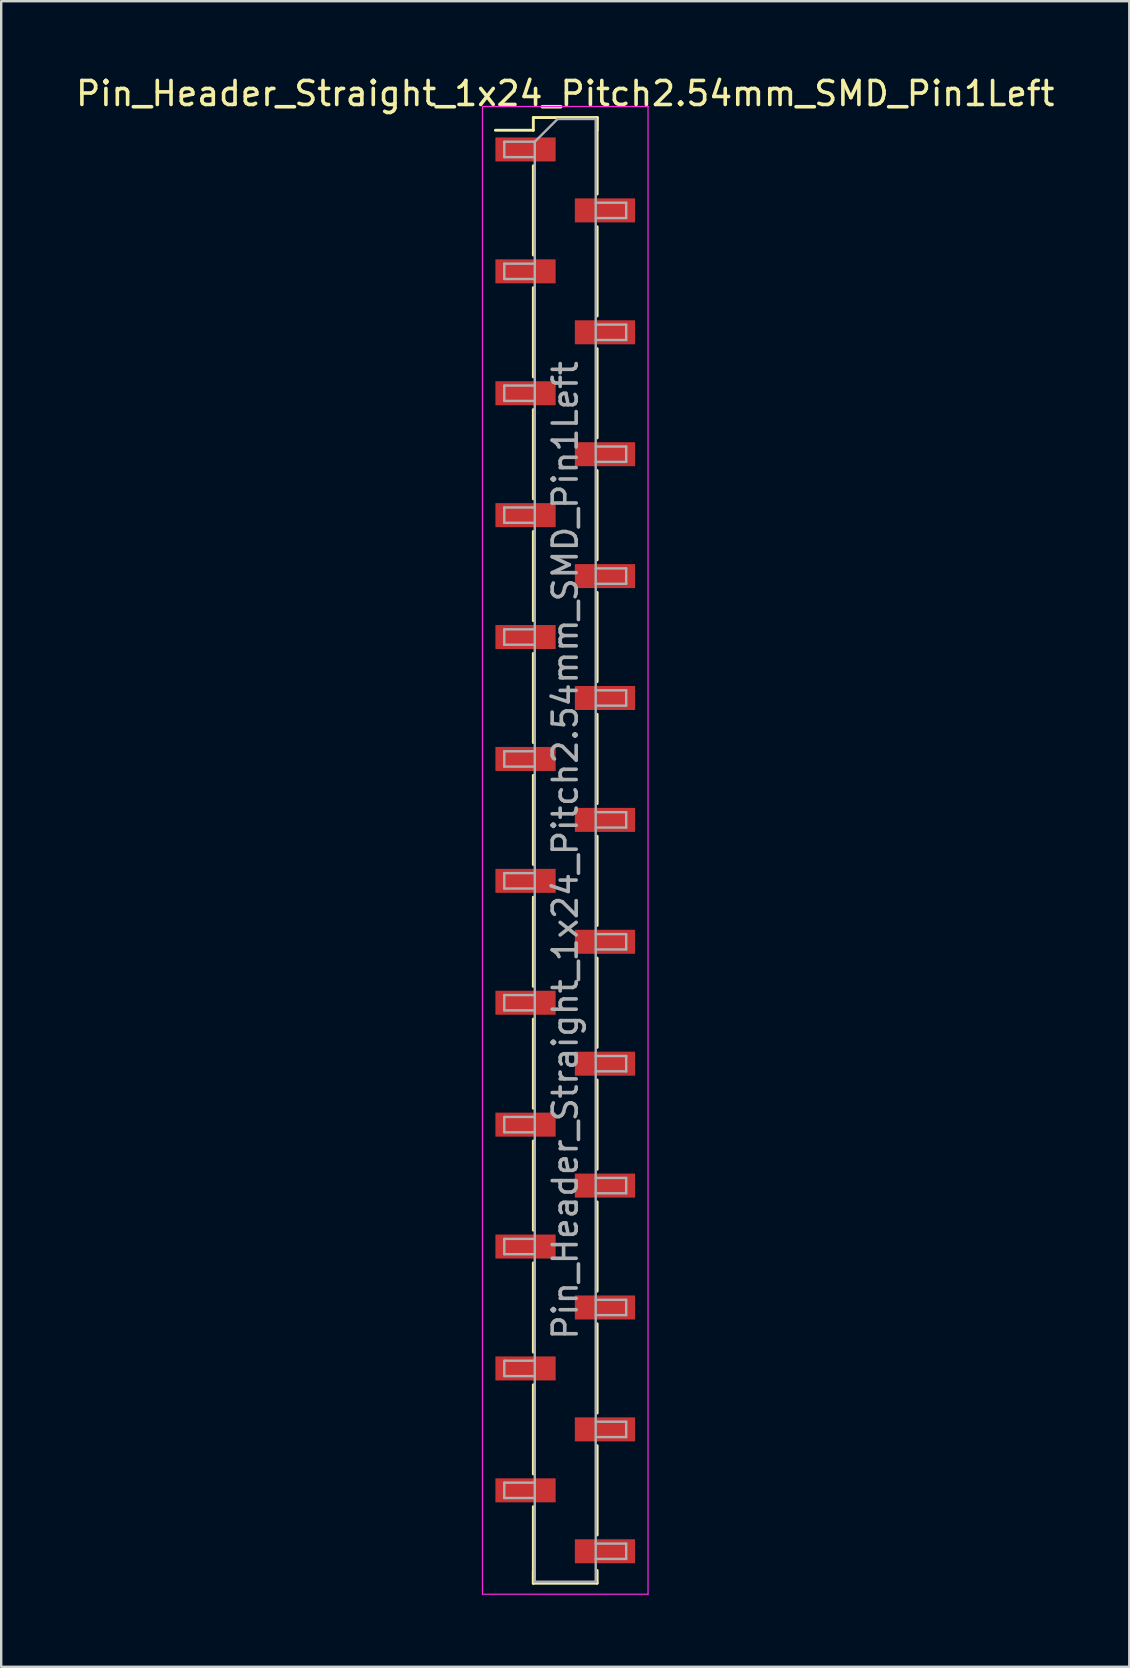
<source format=kicad_pcb>
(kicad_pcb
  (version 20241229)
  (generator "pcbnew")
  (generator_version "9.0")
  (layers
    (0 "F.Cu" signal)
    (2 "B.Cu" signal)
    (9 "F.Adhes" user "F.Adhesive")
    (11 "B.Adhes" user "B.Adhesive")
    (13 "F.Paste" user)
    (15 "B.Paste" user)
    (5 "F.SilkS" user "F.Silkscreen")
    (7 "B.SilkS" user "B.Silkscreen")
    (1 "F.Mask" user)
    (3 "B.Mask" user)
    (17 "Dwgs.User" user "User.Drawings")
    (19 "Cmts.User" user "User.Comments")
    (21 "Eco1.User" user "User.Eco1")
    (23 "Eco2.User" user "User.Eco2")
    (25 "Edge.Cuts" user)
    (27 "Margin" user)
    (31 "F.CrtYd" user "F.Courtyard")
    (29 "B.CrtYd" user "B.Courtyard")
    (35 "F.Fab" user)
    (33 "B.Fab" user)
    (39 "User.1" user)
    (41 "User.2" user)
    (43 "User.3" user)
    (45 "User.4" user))
  (footprint "Pin_Header_Straight_1x24_Pitch2.54mm_SMD_Pin1Left"
    (layer "F.Cu")
    (at 20.506 32.388)
    (property "Reference" "Pin_Header_Straight_1x24_Pitch2.54mm_SMD_Pin1Left" (at 0 -31.54 0) (layer "F.SilkS") (effects (font (size 1 1) (thickness 0.15))))
    (attr smd)
    (fp_line (start -1.33 -30.54) (end 1.33 -30.54) (stroke (width 0.12) (type solid)) (layer "F.SilkS"))
    (fp_line (start -1.33 -30.01) (end -2.91 -30.01) (stroke (width 0.12) (type solid)) (layer "F.SilkS"))
    (fp_line (start -1.33 -30.01) (end -1.33 -30.54) (stroke (width 0.12) (type solid)) (layer "F.SilkS"))
    (fp_line (start -1.33 -28.53) (end -1.33 -24.81) (stroke (width 0.12) (type solid)) (layer "F.SilkS"))
    (fp_line (start -1.33 -23.45) (end -1.33 -19.73) (stroke (width 0.12) (type solid)) (layer "F.SilkS"))
    (fp_line (start -1.33 -18.37) (end -1.33 -14.65) (stroke (width 0.12) (type solid)) (layer "F.SilkS"))
    (fp_line (start -1.33 -13.29) (end -1.33 -9.57) (stroke (width 0.12) (type solid)) (layer "F.SilkS"))
    (fp_line (start -1.33 -8.21) (end -1.33 -4.49) (stroke (width 0.12) (type solid)) (layer "F.SilkS"))
    (fp_line (start -1.33 -3.13) (end -1.33 0.59) (stroke (width 0.12) (type solid)) (layer "F.SilkS"))
    (fp_line (start -1.33 1.95) (end -1.33 5.67) (stroke (width 0.12) (type solid)) (layer "F.SilkS"))
    (fp_line (start -1.33 7.03) (end -1.33 10.75) (stroke (width 0.12) (type solid)) (layer "F.SilkS"))
    (fp_line (start -1.33 12.11) (end -1.33 15.83) (stroke (width 0.12) (type solid)) (layer "F.SilkS"))
    (fp_line (start -1.33 17.19) (end -1.33 20.91) (stroke (width 0.12) (type solid)) (layer "F.SilkS"))
    (fp_line (start -1.33 22.27) (end -1.33 25.99) (stroke (width 0.12) (type solid)) (layer "F.SilkS"))
    (fp_line (start -1.33 27.35) (end -1.33 30.54) (stroke (width 0.12) (type solid)) (layer "F.SilkS"))
    (fp_line (start -1.33 30.01) (end -1.33 30.54) (stroke (width 0.12) (type solid)) (layer "F.SilkS"))
    (fp_line (start -1.33 30.54) (end 1.33 30.54) (stroke (width 0.12) (type solid)) (layer "F.SilkS"))
    (fp_line (start 1.33 -30.54) (end 1.33 -30.01) (stroke (width 0.12) (type solid)) (layer "F.SilkS"))
    (fp_line (start 1.33 -30.54) (end 1.33 -27.35) (stroke (width 0.12) (type solid)) (layer "F.SilkS"))
    (fp_line (start 1.33 -25.99) (end 1.33 -22.27) (stroke (width 0.12) (type solid)) (layer "F.SilkS"))
    (fp_line (start 1.33 -20.91) (end 1.33 -17.19) (stroke (width 0.12) (type solid)) (layer "F.SilkS"))
    (fp_line (start 1.33 -15.83) (end 1.33 -12.11) (stroke (width 0.12) (type solid)) (layer "F.SilkS"))
    (fp_line (start 1.33 -10.75) (end 1.33 -7.03) (stroke (width 0.12) (type solid)) (layer "F.SilkS"))
    (fp_line (start 1.33 -5.67) (end 1.33 -1.95) (stroke (width 0.12) (type solid)) (layer "F.SilkS"))
    (fp_line (start 1.33 -0.59) (end 1.33 3.13) (stroke (width 0.12) (type solid)) (layer "F.SilkS"))
    (fp_line (start 1.33 4.49) (end 1.33 8.21) (stroke (width 0.12) (type solid)) (layer "F.SilkS"))
    (fp_line (start 1.33 9.57) (end 1.33 13.29) (stroke (width 0.12) (type solid)) (layer "F.SilkS"))
    (fp_line (start 1.33 14.65) (end 1.33 18.37) (stroke (width 0.12) (type solid)) (layer "F.SilkS"))
    (fp_line (start 1.33 19.73) (end 1.33 23.45) (stroke (width 0.12) (type solid)) (layer "F.SilkS"))
    (fp_line (start 1.33 24.81) (end 1.33 28.53) (stroke (width 0.12) (type solid)) (layer "F.SilkS"))
    (fp_line (start 1.33 30.54) (end 1.33 30.01) (stroke (width 0.12) (type solid)) (layer "F.SilkS"))
    (fp_line (start -3.45 -31) (end -3.45 31) (stroke (width 0.05) (type solid)) (layer "F.CrtYd"))
    (fp_line (start -3.45 31) (end 3.45 31) (stroke (width 0.05) (type solid)) (layer "F.CrtYd"))
    (fp_line (start 3.45 -31) (end -3.45 -31) (stroke (width 0.05) (type solid)) (layer "F.CrtYd"))
    (fp_line (start 3.45 31) (end 3.45 -31) (stroke (width 0.05) (type solid)) (layer "F.CrtYd"))
    (fp_line (start -2.54 -29.53) (end -2.54 -28.89) (stroke (width 0.1) (type solid)) (layer "F.Fab"))
    (fp_line (start -2.54 -28.89) (end -1.27 -28.89) (stroke (width 0.1) (type solid)) (layer "F.Fab"))
    (fp_line (start -2.54 -24.45) (end -2.54 -23.81) (stroke (width 0.1) (type solid)) (layer "F.Fab"))
    (fp_line (start -2.54 -23.81) (end -1.27 -23.81) (stroke (width 0.1) (type solid)) (layer "F.Fab"))
    (fp_line (start -2.54 -19.37) (end -2.54 -18.73) (stroke (width 0.1) (type solid)) (layer "F.Fab"))
    (fp_line (start -2.54 -18.73) (end -1.27 -18.73) (stroke (width 0.1) (type solid)) (layer "F.Fab"))
    (fp_line (start -2.54 -14.29) (end -2.54 -13.65) (stroke (width 0.1) (type solid)) (layer "F.Fab"))
    (fp_line (start -2.54 -13.65) (end -1.27 -13.65) (stroke (width 0.1) (type solid)) (layer "F.Fab"))
    (fp_line (start -2.54 -9.21) (end -2.54 -8.57) (stroke (width 0.1) (type solid)) (layer "F.Fab"))
    (fp_line (start -2.54 -8.57) (end -1.27 -8.57) (stroke (width 0.1) (type solid)) (layer "F.Fab"))
    (fp_line (start -2.54 -4.13) (end -2.54 -3.49) (stroke (width 0.1) (type solid)) (layer "F.Fab"))
    (fp_line (start -2.54 -3.49) (end -1.27 -3.49) (stroke (width 0.1) (type solid)) (layer "F.Fab"))
    (fp_line (start -2.54 0.95) (end -2.54 1.59) (stroke (width 0.1) (type solid)) (layer "F.Fab"))
    (fp_line (start -2.54 1.59) (end -1.27 1.59) (stroke (width 0.1) (type solid)) (layer "F.Fab"))
    (fp_line (start -2.54 6.03) (end -2.54 6.67) (stroke (width 0.1) (type solid)) (layer "F.Fab"))
    (fp_line (start -2.54 6.67) (end -1.27 6.67) (stroke (width 0.1) (type solid)) (layer "F.Fab"))
    (fp_line (start -2.54 11.11) (end -2.54 11.75) (stroke (width 0.1) (type solid)) (layer "F.Fab"))
    (fp_line (start -2.54 11.75) (end -1.27 11.75) (stroke (width 0.1) (type solid)) (layer "F.Fab"))
    (fp_line (start -2.54 16.19) (end -2.54 16.83) (stroke (width 0.1) (type solid)) (layer "F.Fab"))
    (fp_line (start -2.54 16.83) (end -1.27 16.83) (stroke (width 0.1) (type solid)) (layer "F.Fab"))
    (fp_line (start -2.54 21.27) (end -2.54 21.91) (stroke (width 0.1) (type solid)) (layer "F.Fab"))
    (fp_line (start -2.54 21.91) (end -1.27 21.91) (stroke (width 0.1) (type solid)) (layer "F.Fab"))
    (fp_line (start -2.54 26.35) (end -2.54 26.99) (stroke (width 0.1) (type solid)) (layer "F.Fab"))
    (fp_line (start -2.54 26.99) (end -1.27 26.99) (stroke (width 0.1) (type solid)) (layer "F.Fab"))
    (fp_line (start -1.27 -29.53) (end -2.54 -29.53) (stroke (width 0.1) (type solid)) (layer "F.Fab"))
    (fp_line (start -1.27 -29.53) (end -0.32 -30.48) (stroke (width 0.1) (type solid)) (layer "F.Fab"))
    (fp_line (start -1.27 -24.45) (end -2.54 -24.45) (stroke (width 0.1) (type solid)) (layer "F.Fab"))
    (fp_line (start -1.27 -19.37) (end -2.54 -19.37) (stroke (width 0.1) (type solid)) (layer "F.Fab"))
    (fp_line (start -1.27 -14.29) (end -2.54 -14.29) (stroke (width 0.1) (type solid)) (layer "F.Fab"))
    (fp_line (start -1.27 -9.21) (end -2.54 -9.21) (stroke (width 0.1) (type solid)) (layer "F.Fab"))
    (fp_line (start -1.27 -4.13) (end -2.54 -4.13) (stroke (width 0.1) (type solid)) (layer "F.Fab"))
    (fp_line (start -1.27 0.95) (end -2.54 0.95) (stroke (width 0.1) (type solid)) (layer "F.Fab"))
    (fp_line (start -1.27 6.03) (end -2.54 6.03) (stroke (width 0.1) (type solid)) (layer "F.Fab"))
    (fp_line (start -1.27 11.11) (end -2.54 11.11) (stroke (width 0.1) (type solid)) (layer "F.Fab"))
    (fp_line (start -1.27 16.19) (end -2.54 16.19) (stroke (width 0.1) (type solid)) (layer "F.Fab"))
    (fp_line (start -1.27 21.27) (end -2.54 21.27) (stroke (width 0.1) (type solid)) (layer "F.Fab"))
    (fp_line (start -1.27 26.35) (end -2.54 26.35) (stroke (width 0.1) (type solid)) (layer "F.Fab"))
    (fp_line (start -1.27 30.48) (end -1.27 -29.53) (stroke (width 0.1) (type solid)) (layer "F.Fab"))
    (fp_line (start -0.32 -30.48) (end 1.27 -30.48) (stroke (width 0.1) (type solid)) (layer "F.Fab"))
    (fp_line (start 1.27 -30.48) (end 1.27 30.48) (stroke (width 0.1) (type solid)) (layer "F.Fab"))
    (fp_line (start 1.27 -26.99) (end 2.54 -26.99) (stroke (width 0.1) (type solid)) (layer "F.Fab"))
    (fp_line (start 1.27 -21.91) (end 2.54 -21.91) (stroke (width 0.1) (type solid)) (layer "F.Fab"))
    (fp_line (start 1.27 -16.83) (end 2.54 -16.83) (stroke (width 0.1) (type solid)) (layer "F.Fab"))
    (fp_line (start 1.27 -11.75) (end 2.54 -11.75) (stroke (width 0.1) (type solid)) (layer "F.Fab"))
    (fp_line (start 1.27 -6.67) (end 2.54 -6.67) (stroke (width 0.1) (type solid)) (layer "F.Fab"))
    (fp_line (start 1.27 -1.59) (end 2.54 -1.59) (stroke (width 0.1) (type solid)) (layer "F.Fab"))
    (fp_line (start 1.27 3.49) (end 2.54 3.49) (stroke (width 0.1) (type solid)) (layer "F.Fab"))
    (fp_line (start 1.27 8.57) (end 2.54 8.57) (stroke (width 0.1) (type solid)) (layer "F.Fab"))
    (fp_line (start 1.27 13.65) (end 2.54 13.65) (stroke (width 0.1) (type solid)) (layer "F.Fab"))
    (fp_line (start 1.27 18.73) (end 2.54 18.73) (stroke (width 0.1) (type solid)) (layer "F.Fab"))
    (fp_line (start 1.27 23.81) (end 2.54 23.81) (stroke (width 0.1) (type solid)) (layer "F.Fab"))
    (fp_line (start 1.27 28.89) (end 2.54 28.89) (stroke (width 0.1) (type solid)) (layer "F.Fab"))
    (fp_line (start 1.27 30.48) (end -1.27 30.48) (stroke (width 0.1) (type solid)) (layer "F.Fab"))
    (fp_line (start 2.54 -26.99) (end 2.54 -26.35) (stroke (width 0.1) (type solid)) (layer "F.Fab"))
    (fp_line (start 2.54 -26.35) (end 1.27 -26.35) (stroke (width 0.1) (type solid)) (layer "F.Fab"))
    (fp_line (start 2.54 -21.91) (end 2.54 -21.27) (stroke (width 0.1) (type solid)) (layer "F.Fab"))
    (fp_line (start 2.54 -21.27) (end 1.27 -21.27) (stroke (width 0.1) (type solid)) (layer "F.Fab"))
    (fp_line (start 2.54 -16.83) (end 2.54 -16.19) (stroke (width 0.1) (type solid)) (layer "F.Fab"))
    (fp_line (start 2.54 -16.19) (end 1.27 -16.19) (stroke (width 0.1) (type solid)) (layer "F.Fab"))
    (fp_line (start 2.54 -11.75) (end 2.54 -11.11) (stroke (width 0.1) (type solid)) (layer "F.Fab"))
    (fp_line (start 2.54 -11.11) (end 1.27 -11.11) (stroke (width 0.1) (type solid)) (layer "F.Fab"))
    (fp_line (start 2.54 -6.67) (end 2.54 -6.03) (stroke (width 0.1) (type solid)) (layer "F.Fab"))
    (fp_line (start 2.54 -6.03) (end 1.27 -6.03) (stroke (width 0.1) (type solid)) (layer "F.Fab"))
    (fp_line (start 2.54 -1.59) (end 2.54 -0.95) (stroke (width 0.1) (type solid)) (layer "F.Fab"))
    (fp_line (start 2.54 -0.95) (end 1.27 -0.95) (stroke (width 0.1) (type solid)) (layer "F.Fab"))
    (fp_line (start 2.54 3.49) (end 2.54 4.13) (stroke (width 0.1) (type solid)) (layer "F.Fab"))
    (fp_line (start 2.54 4.13) (end 1.27 4.13) (stroke (width 0.1) (type solid)) (layer "F.Fab"))
    (fp_line (start 2.54 8.57) (end 2.54 9.21) (stroke (width 0.1) (type solid)) (layer "F.Fab"))
    (fp_line (start 2.54 9.21) (end 1.27 9.21) (stroke (width 0.1) (type solid)) (layer "F.Fab"))
    (fp_line (start 2.54 13.65) (end 2.54 14.29) (stroke (width 0.1) (type solid)) (layer "F.Fab"))
    (fp_line (start 2.54 14.29) (end 1.27 14.29) (stroke (width 0.1) (type solid)) (layer "F.Fab"))
    (fp_line (start 2.54 18.73) (end 2.54 19.37) (stroke (width 0.1) (type solid)) (layer "F.Fab"))
    (fp_line (start 2.54 19.37) (end 1.27 19.37) (stroke (width 0.1) (type solid)) (layer "F.Fab"))
    (fp_line (start 2.54 23.81) (end 2.54 24.45) (stroke (width 0.1) (type solid)) (layer "F.Fab"))
    (fp_line (start 2.54 24.45) (end 1.27 24.45) (stroke (width 0.1) (type solid)) (layer "F.Fab"))
    (fp_line (start 2.54 28.89) (end 2.54 29.53) (stroke (width 0.1) (type solid)) (layer "F.Fab"))
    (fp_line (start 2.54 29.53) (end 1.27 29.53) (stroke (width 0.1) (type solid)) (layer "F.Fab"))
    (fp_text user "${REFERENCE}" (at 0 0 90) (layer "F.Fab") (effects (font (size 1 1) (thickness 0.15))))
    (pad "1" smd rect (at -1.655 -29.21) (size 2.51 1) (layers "F.Cu" "F.Mask" "F.Paste"))
    (pad "2" smd rect (at 1.655 -26.67) (size 2.51 1) (layers "F.Cu" "F.Mask" "F.Paste"))
    (pad "3" smd rect (at -1.655 -24.13) (size 2.51 1) (layers "F.Cu" "F.Mask" "F.Paste"))
    (pad "4" smd rect (at 1.655 -21.59) (size 2.51 1) (layers "F.Cu" "F.Mask" "F.Paste"))
    (pad "5" smd rect (at -1.655 -19.05) (size 2.51 1) (layers "F.Cu" "F.Mask" "F.Paste"))
    (pad "6" smd rect (at 1.655 -16.51) (size 2.51 1) (layers "F.Cu" "F.Mask" "F.Paste"))
    (pad "7" smd rect (at -1.655 -13.97) (size 2.51 1) (layers "F.Cu" "F.Mask" "F.Paste"))
    (pad "8" smd rect (at 1.655 -11.43) (size 2.51 1) (layers "F.Cu" "F.Mask" "F.Paste"))
    (pad "9" smd rect (at -1.655 -8.89) (size 2.51 1) (layers "F.Cu" "F.Mask" "F.Paste"))
    (pad "10" smd rect (at 1.655 -6.35) (size 2.51 1) (layers "F.Cu" "F.Mask" "F.Paste"))
    (pad "11" smd rect (at -1.655 -3.81) (size 2.51 1) (layers "F.Cu" "F.Mask" "F.Paste"))
    (pad "12" smd rect (at 1.655 -1.27) (size 2.51 1) (layers "F.Cu" "F.Mask" "F.Paste"))
    (pad "13" smd rect (at -1.655 1.27) (size 2.51 1) (layers "F.Cu" "F.Mask" "F.Paste"))
    (pad "14" smd rect (at 1.655 3.81) (size 2.51 1) (layers "F.Cu" "F.Mask" "F.Paste"))
    (pad "15" smd rect (at -1.655 6.35) (size 2.51 1) (layers "F.Cu" "F.Mask" "F.Paste"))
    (pad "16" smd rect (at 1.655 8.89) (size 2.51 1) (layers "F.Cu" "F.Mask" "F.Paste"))
    (pad "17" smd rect (at -1.655 11.43) (size 2.51 1) (layers "F.Cu" "F.Mask" "F.Paste"))
    (pad "18" smd rect (at 1.655 13.97) (size 2.51 1) (layers "F.Cu" "F.Mask" "F.Paste"))
    (pad "19" smd rect (at -1.655 16.51) (size 2.51 1) (layers "F.Cu" "F.Mask" "F.Paste"))
    (pad "20" smd rect (at 1.655 19.05) (size 2.51 1) (layers "F.Cu" "F.Mask" "F.Paste"))
    (pad "21" smd rect (at -1.655 21.59) (size 2.51 1) (layers "F.Cu" "F.Mask" "F.Paste"))
    (pad "22" smd rect (at 1.655 24.13) (size 2.51 1) (layers "F.Cu" "F.Mask" "F.Paste"))
    (pad "23" smd rect (at -1.655 26.67) (size 2.51 1) (layers "F.Cu" "F.Mask" "F.Paste"))
    (pad "24" smd rect (at 1.655 29.21) (size 2.51 1) (layers "F.Cu" "F.Mask" "F.Paste")))
  (gr_rect
    (start -3 -3)
    (end 44.012 66.413)
    (stroke (width 0.1) (type default))
    (fill no)
    (layer "Edge.Cuts")))
</source>
